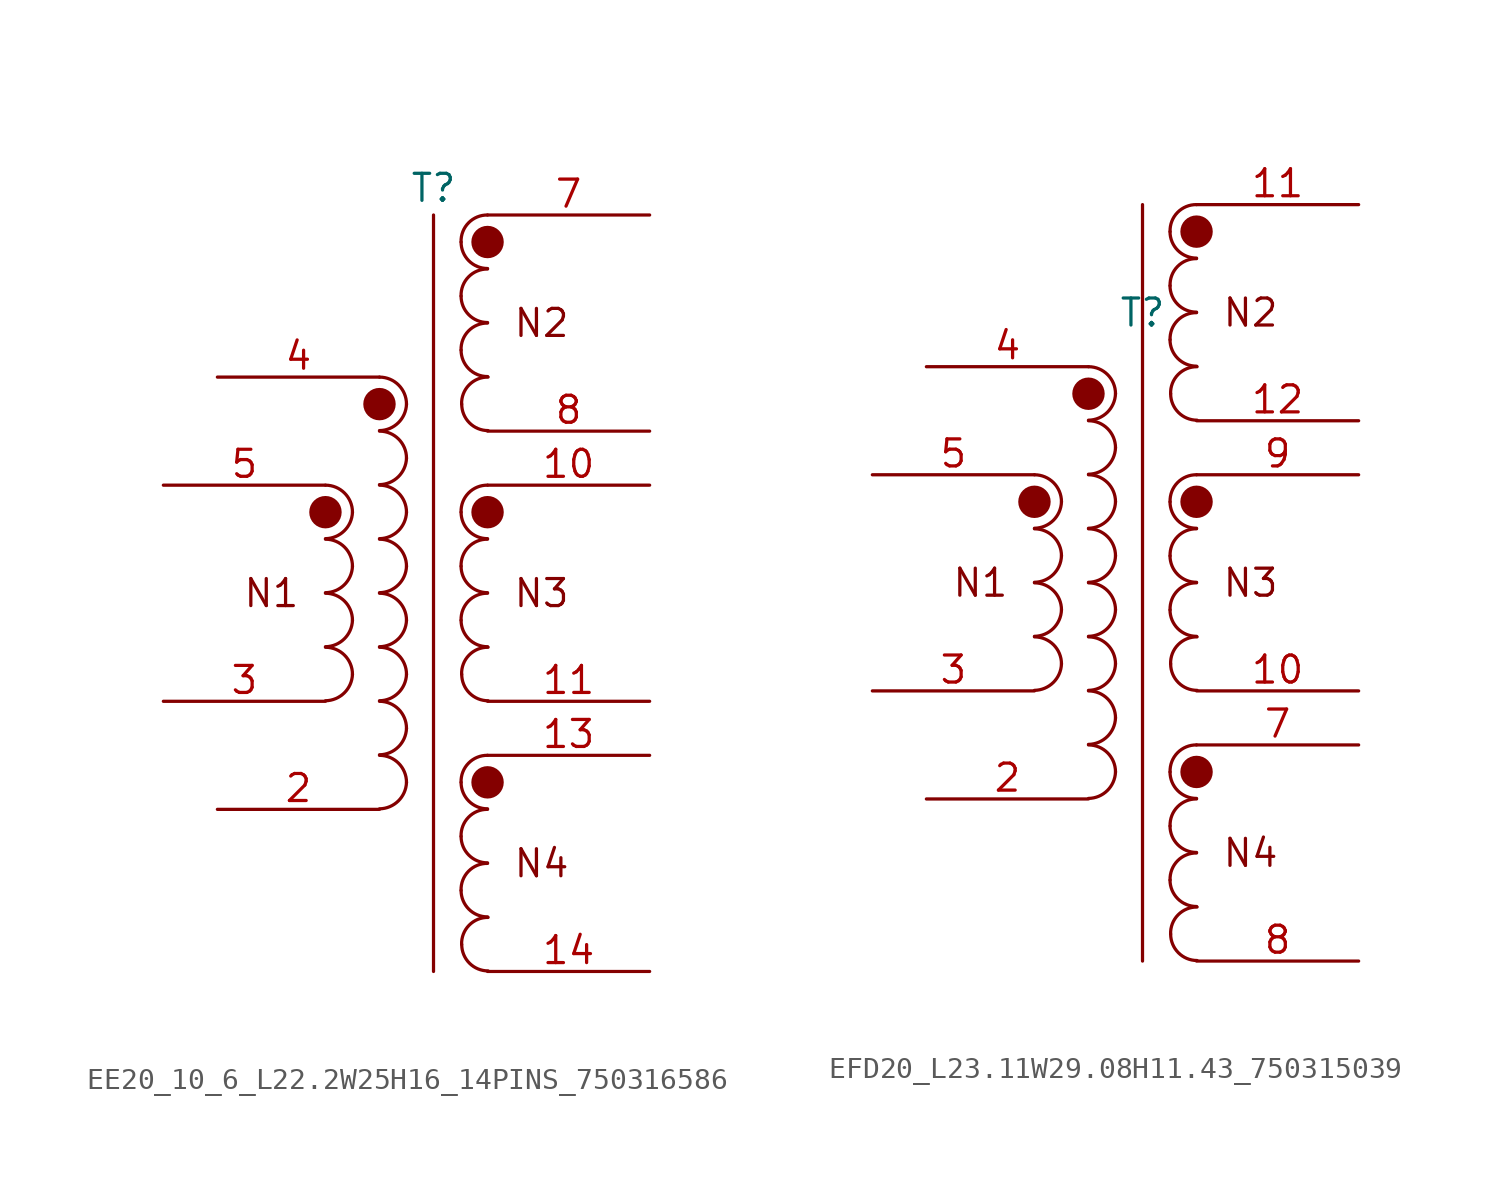
<source format=kicad_sym>
(kicad_symbol_lib
  (version 20220914)
  (generator kicad_symbol_editor)
  (symbol "EE20_10_6_L22.2W25H16_14PINS_750316586"
    (pin_names hide)
    (property "Reference" "T"
      (at 0 19.05 0)
      (effects (font (size 1.27 1.27))))
    (symbol "EE20_10_6_L22.2W25H16_14PINS_750316586_0_1"
      (arc (start -5.08 -5.0546) (mid -4.1961 -4.6863) (end -3.81 -3.81) (stroke (width 0) (type default)) (fill (type none)))
      (arc (start -5.08 -2.5146) (mid -4.1961 -2.1463) (end -3.81 -1.27) (stroke (width 0) (type default)) (fill (type none)))
      (arc (start -5.08 0.0254) (mid -4.1961 0.3937) (end -3.81 1.27) (stroke (width 0) (type default)) (fill (type none)))
      (arc (start -5.08 2.5654) (mid -4.1961 2.9337) (end -3.81 3.81) (stroke (width 0) (type default)) (fill (type none)))
      (arc (start -3.81 -3.81) (mid -4.182 -2.912) (end -5.08 -2.54) (stroke (width 0) (type default)) (fill (type none)))
      (arc (start -3.81 -1.27) (mid -4.182 -0.372) (end -5.08 0) (stroke (width 0) (type default)) (fill (type none)))
      (arc (start -3.81 1.27) (mid -4.182 2.168) (end -5.08 2.54) (stroke (width 0) (type default)) (fill (type none)))
      (arc (start -3.81 3.81) (mid -4.182 4.708) (end -5.08 5.08) (stroke (width 0) (type default)) (fill (type none)))
      (arc (start -2.54 -10.1346) (mid -1.6561 -9.7663) (end -1.27 -8.89) (stroke (width 0) (type default)) (fill (type none)))
      (arc (start -2.54 -7.5946) (mid -1.6561 -7.2263) (end -1.27 -6.35) (stroke (width 0) (type default)) (fill (type none)))
      (arc (start -2.54 -5.0546) (mid -1.6561 -4.6863) (end -1.27 -3.81) (stroke (width 0) (type default)) (fill (type none)))
      (arc (start -2.54 -2.5146) (mid -1.6561 -2.1463) (end -1.27 -1.27) (stroke (width 0) (type default)) (fill (type none)))
      (arc (start -2.54 0.0254) (mid -1.6561 0.3937) (end -1.27 1.27) (stroke (width 0) (type default)) (fill (type none)))
      (arc (start -2.54 2.5654) (mid -1.6561 2.9337) (end -1.27 3.81) (stroke (width 0) (type default)) (fill (type none)))
      (arc (start -2.54 5.1054) (mid -1.6561 5.4737) (end -1.27 6.35) (stroke (width 0) (type default)) (fill (type none)))
      (arc (start -2.54 7.6454) (mid -1.6561 8.0137) (end -1.27 8.89) (stroke (width 0) (type default)) (fill (type none)))
      (arc (start -1.27 -8.89) (mid -1.642 -7.992) (end -2.54 -7.62) (stroke (width 0) (type default)) (fill (type none)))
      (arc (start -1.27 -6.35) (mid -1.642 -5.452) (end -2.54 -5.08) (stroke (width 0) (type default)) (fill (type none)))
      (arc (start -1.27 -3.81) (mid -1.642 -2.912) (end -2.54 -2.54) (stroke (width 0) (type default)) (fill (type none)))
      (arc (start -1.27 -1.27) (mid -1.642 -0.372) (end -2.54 0) (stroke (width 0) (type default)) (fill (type none)))
      (arc (start -1.27 1.27) (mid -1.642 2.168) (end -2.54 2.54) (stroke (width 0) (type default)) (fill (type none)))
      (arc (start -1.27 3.81) (mid -1.642 4.708) (end -2.54 5.08) (stroke (width 0) (type default)) (fill (type none)))
      (arc (start -1.27 6.35) (mid -1.642 7.248) (end -2.54 7.62) (stroke (width 0) (type default)) (fill (type none)))
      (arc (start -1.27 8.89) (mid -1.642 9.788) (end -2.54 10.16) (stroke (width 0) (type default)) (fill (type none)))
      (polyline (pts (xy 0 17.78) (xy 0 -17.78)) (stroke (width 0) (type default)) (fill (type none)))
      (arc (start 1.2954 -13.97) (mid 1.6599 -14.8501) (end 2.54 -15.2146) (stroke (width 0) (type default)) (fill (type none)))
      (arc (start 1.2954 -11.43) (mid 1.6599 -12.3101) (end 2.54 -12.6746) (stroke (width 0) (type default)) (fill (type none)))
      (arc (start 1.2954 -8.89) (mid 1.6599 -9.7701) (end 2.54 -10.1346) (stroke (width 0) (type default)) (fill (type none)))
      (arc (start 1.2954 -1.27) (mid 1.6599 -2.1501) (end 2.54 -2.5146) (stroke (width 0) (type default)) (fill (type none)))
      (arc (start 1.2954 1.27) (mid 1.6599 0.3899) (end 2.54 0.0254) (stroke (width 0) (type default)) (fill (type none)))
      (arc (start 1.2954 3.81) (mid 1.6599 2.9299) (end 2.54 2.5654) (stroke (width 0) (type default)) (fill (type none)))
      (arc (start 1.2954 11.43) (mid 1.6599 10.5499) (end 2.54 10.1854) (stroke (width 0) (type default)) (fill (type none)))
      (arc (start 1.2954 13.97) (mid 1.6599 13.0899) (end 2.54 12.7254) (stroke (width 0) (type default)) (fill (type none)))
      (arc (start 1.2954 16.51) (mid 1.6599 15.6299) (end 2.54 15.2654) (stroke (width 0) (type default)) (fill (type none)))
      (arc (start 1.3208 -16.51) (mid 1.6854 -17.3899) (end 2.5654 -17.7546) (stroke (width 0) (type default)) (fill (type none)))
      (arc (start 1.3208 -3.81) (mid 1.6853 -4.6901) (end 2.5654 -5.0546) (stroke (width 0) (type default)) (fill (type none)))
      (arc (start 1.3208 8.89) (mid 1.6854 8.0101) (end 2.5654 7.6454) (stroke (width 0) (type default)) (fill (type none)))
      (arc (start 2.54 -12.7) (mid 1.6458 -13.0685) (end 1.2954 -13.97) (stroke (width 0) (type default)) (fill (type none)))
      (arc (start 2.54 -10.16) (mid 1.6458 -10.5285) (end 1.2954 -11.43) (stroke (width 0) (type default)) (fill (type none)))
      (arc (start 2.54 -7.62) (mid 1.6458 -7.9885) (end 1.2954 -8.89) (stroke (width 0) (type default)) (fill (type none)))
      (arc (start 2.54 0) (mid 1.642 -0.372) (end 1.2954 -1.27) (stroke (width 0) (type default)) (fill (type none)))
      (arc (start 2.54 2.54) (mid 1.642 2.168) (end 1.2954 1.27) (stroke (width 0) (type default)) (fill (type none)))
      (arc (start 2.54 5.08) (mid 1.642 4.708) (end 1.2954 3.81) (stroke (width 0) (type default)) (fill (type none)))
      (arc (start 2.54 12.7) (mid 1.6458 12.3315) (end 1.2954 11.43) (stroke (width 0) (type default)) (fill (type none)))
      (arc (start 2.54 15.24) (mid 1.6458 14.8715) (end 1.2954 13.97) (stroke (width 0) (type default)) (fill (type none)))
      (arc (start 2.54 17.78) (mid 1.6458 17.4115) (end 1.2954 16.51) (stroke (width 0) (type default)) (fill (type none)))
      (arc (start 2.5654 -15.24) (mid 1.6709 -15.6083) (end 1.3208 -16.51) (stroke (width 0) (type default)) (fill (type none)))
      (arc (start 2.5654 -2.54) (mid 1.6674 -2.912) (end 1.3208 -3.81) (stroke (width 0) (type default)) (fill (type none)))
      (arc (start 2.5654 10.16) (mid 1.6709 9.7917) (end 1.3208 8.89) (stroke (width 0) (type default)) (fill (type none))))
    (symbol "EE20_10_6_L22.2W25H16_14PINS_750316586_1_1"
      (circle (center -5.08 3.81) (radius 0.0001) (stroke (width 0.762) (type default)) (fill (type none)))
      (circle (center -2.54 8.89) (radius 0.0001) (stroke (width 0.762) (type default)) (fill (type none)))
      (circle (center 2.54 -8.89) (radius 0.0001) (stroke (width 0.762) (type default)) (fill (type none)))
      (circle (center 2.54 3.81) (radius 0.0001) (stroke (width 0.762) (type default)) (fill (type none)))
      (circle (center 2.54 16.51) (radius 0.0001) (stroke (width 0.762) (type default)) (fill (type none)))
      (text "N1" (at -7.62 0 0) (effects (font (size 1.27 1.27))))
      (text "N2" (at 5.08 12.7 0) (effects (font (size 1.27 1.27))))
      (text "N3" (at 5.08 0 0) (effects (font (size 1.27 1.27))))
      (text "N4" (at 5.08 -12.7 0) (effects (font (size 1.27 1.27))))
      (pin passive line (at 10.16 5.08 180) (length 7.62) (name "10" (effects (font (size 1.27 1.27)))) (number "10" (effects (font (size 1.27 1.27)))))
      (pin passive line (at 10.16 -5.08 180) (length 7.62) (name "11" (effects (font (size 1.27 1.27)))) (number "11" (effects (font (size 1.27 1.27)))))
      (pin passive line (at 10.16 -7.62 180) (length 7.62) (name "13" (effects (font (size 1.27 1.27)))) (number "13" (effects (font (size 1.27 1.27)))))
      (pin passive line (at 10.16 -17.78 180) (length 7.62) (name "14" (effects (font (size 1.27 1.27)))) (number "14" (effects (font (size 1.27 1.27)))))
      (pin passive line (at -10.16 -10.16 0) (length 7.62) (name "2" (effects (font (size 1.27 1.27)))) (number "2" (effects (font (size 1.27 1.27)))))
      (pin passive line (at -12.7 -5.08 0) (length 7.62) (name "3" (effects (font (size 1.27 1.27)))) (number "3" (effects (font (size 1.27 1.27)))))
      (pin passive line (at -10.16 10.16 0) (length 7.62) (name "4" (effects (font (size 1.27 1.27)))) (number "4" (effects (font (size 1.27 1.27)))))
      (pin passive line (at -12.7 5.08 0) (length 7.62) (name "5" (effects (font (size 1.27 1.27)))) (number "5" (effects (font (size 1.27 1.27)))))
      (pin passive line (at 10.16 17.78 180) (length 7.62) (name "7" (effects (font (size 1.27 1.27)))) (number "7" (effects (font (size 1.27 1.27)))))
      (pin passive line (at 10.16 7.62 180) (length 7.62) (name "8" (effects (font (size 1.27 1.27)))) (number "8" (effects (font (size 1.27 1.27)))))))
  (symbol "EFD20_L23.11W29.08H11.43_750315039"
    (pin_names hide)
    (property "Reference" "T"
      (at 0 12.7 0)
      (effects (font (size 1.27 1.27))))
    (symbol "EFD20_L23.11W29.08H11.43_750315039_0_1"
      (arc (start -5.08 -5.0546) (mid -4.1961 -4.6863) (end -3.81 -3.81) (stroke (width 0) (type default)) (fill (type none)))
      (arc (start -5.08 -2.5146) (mid -4.1961 -2.1463) (end -3.81 -1.27) (stroke (width 0) (type default)) (fill (type none)))
      (arc (start -5.08 0.0254) (mid -4.1961 0.3937) (end -3.81 1.27) (stroke (width 0) (type default)) (fill (type none)))
      (arc (start -5.08 2.5654) (mid -4.1961 2.9337) (end -3.81 3.81) (stroke (width 0) (type default)) (fill (type none)))
      (arc (start -3.81 -3.81) (mid -4.182 -2.912) (end -5.08 -2.54) (stroke (width 0) (type default)) (fill (type none)))
      (arc (start -3.81 -1.27) (mid -4.182 -0.372) (end -5.08 0) (stroke (width 0) (type default)) (fill (type none)))
      (arc (start -3.81 1.27) (mid -4.182 2.168) (end -5.08 2.54) (stroke (width 0) (type default)) (fill (type none)))
      (arc (start -3.81 3.81) (mid -4.182 4.708) (end -5.08 5.08) (stroke (width 0) (type default)) (fill (type none)))
      (arc (start -2.54 -10.1346) (mid -1.6561 -9.7663) (end -1.27 -8.89) (stroke (width 0) (type default)) (fill (type none)))
      (arc (start -2.54 -7.5946) (mid -1.6561 -7.2263) (end -1.27 -6.35) (stroke (width 0) (type default)) (fill (type none)))
      (arc (start -2.54 -5.0546) (mid -1.6561 -4.6863) (end -1.27 -3.81) (stroke (width 0) (type default)) (fill (type none)))
      (arc (start -2.54 -2.5146) (mid -1.6561 -2.1463) (end -1.27 -1.27) (stroke (width 0) (type default)) (fill (type none)))
      (arc (start -2.54 0.0254) (mid -1.6561 0.3937) (end -1.27 1.27) (stroke (width 0) (type default)) (fill (type none)))
      (arc (start -2.54 2.5654) (mid -1.6561 2.9337) (end -1.27 3.81) (stroke (width 0) (type default)) (fill (type none)))
      (arc (start -2.54 5.1054) (mid -1.6561 5.4737) (end -1.27 6.35) (stroke (width 0) (type default)) (fill (type none)))
      (arc (start -2.54 7.6454) (mid -1.6561 8.0137) (end -1.27 8.89) (stroke (width 0) (type default)) (fill (type none)))
      (arc (start -1.27 -8.89) (mid -1.642 -7.992) (end -2.54 -7.62) (stroke (width 0) (type default)) (fill (type none)))
      (arc (start -1.27 -6.35) (mid -1.642 -5.452) (end -2.54 -5.08) (stroke (width 0) (type default)) (fill (type none)))
      (arc (start -1.27 -3.81) (mid -1.642 -2.912) (end -2.54 -2.54) (stroke (width 0) (type default)) (fill (type none)))
      (arc (start -1.27 -1.27) (mid -1.642 -0.372) (end -2.54 0) (stroke (width 0) (type default)) (fill (type none)))
      (arc (start -1.27 1.27) (mid -1.642 2.168) (end -2.54 2.54) (stroke (width 0) (type default)) (fill (type none)))
      (arc (start -1.27 3.81) (mid -1.642 4.708) (end -2.54 5.08) (stroke (width 0) (type default)) (fill (type none)))
      (arc (start -1.27 6.35) (mid -1.642 7.248) (end -2.54 7.62) (stroke (width 0) (type default)) (fill (type none)))
      (arc (start -1.27 8.89) (mid -1.642 9.788) (end -2.54 10.16) (stroke (width 0) (type default)) (fill (type none)))
      (polyline (pts (xy 0 17.78) (xy 0 -17.78)) (stroke (width 0) (type default)) (fill (type none)))
      (arc (start 1.2954 -13.97) (mid 1.6599 -14.8501) (end 2.54 -15.2146) (stroke (width 0) (type default)) (fill (type none)))
      (arc (start 1.2954 -11.43) (mid 1.6599 -12.3101) (end 2.54 -12.6746) (stroke (width 0) (type default)) (fill (type none)))
      (arc (start 1.2954 -8.89) (mid 1.6599 -9.7701) (end 2.54 -10.1346) (stroke (width 0) (type default)) (fill (type none)))
      (arc (start 1.2954 -1.27) (mid 1.6599 -2.1501) (end 2.54 -2.5146) (stroke (width 0) (type default)) (fill (type none)))
      (arc (start 1.2954 1.27) (mid 1.6599 0.3899) (end 2.54 0.0254) (stroke (width 0) (type default)) (fill (type none)))
      (arc (start 1.2954 3.81) (mid 1.6599 2.9299) (end 2.54 2.5654) (stroke (width 0) (type default)) (fill (type none)))
      (arc (start 1.2954 11.43) (mid 1.6599 10.5499) (end 2.54 10.1854) (stroke (width 0) (type default)) (fill (type none)))
      (arc (start 1.2954 13.97) (mid 1.6599 13.0899) (end 2.54 12.7254) (stroke (width 0) (type default)) (fill (type none)))
      (arc (start 1.2954 16.51) (mid 1.6599 15.6299) (end 2.54 15.2654) (stroke (width 0) (type default)) (fill (type none)))
      (arc (start 1.3208 -16.51) (mid 1.6854 -17.3899) (end 2.5654 -17.7546) (stroke (width 0) (type default)) (fill (type none)))
      (arc (start 1.3208 -3.81) (mid 1.6853 -4.6901) (end 2.5654 -5.0546) (stroke (width 0) (type default)) (fill (type none)))
      (arc (start 1.3208 8.89) (mid 1.6854 8.0101) (end 2.5654 7.6454) (stroke (width 0) (type default)) (fill (type none)))
      (arc (start 2.54 -12.7) (mid 1.6458 -13.0685) (end 1.2954 -13.97) (stroke (width 0) (type default)) (fill (type none)))
      (arc (start 2.54 -10.16) (mid 1.6458 -10.5285) (end 1.2954 -11.43) (stroke (width 0) (type default)) (fill (type none)))
      (arc (start 2.54 -7.62) (mid 1.6458 -7.9885) (end 1.2954 -8.89) (stroke (width 0) (type default)) (fill (type none)))
      (arc (start 2.54 0) (mid 1.642 -0.372) (end 1.2954 -1.27) (stroke (width 0) (type default)) (fill (type none)))
      (arc (start 2.54 2.54) (mid 1.642 2.168) (end 1.2954 1.27) (stroke (width 0) (type default)) (fill (type none)))
      (arc (start 2.54 5.08) (mid 1.642 4.708) (end 1.2954 3.81) (stroke (width 0) (type default)) (fill (type none)))
      (arc (start 2.54 12.7) (mid 1.6458 12.3315) (end 1.2954 11.43) (stroke (width 0) (type default)) (fill (type none)))
      (arc (start 2.54 15.24) (mid 1.6458 14.8715) (end 1.2954 13.97) (stroke (width 0) (type default)) (fill (type none)))
      (arc (start 2.54 17.78) (mid 1.6458 17.4115) (end 1.2954 16.51) (stroke (width 0) (type default)) (fill (type none)))
      (arc (start 2.5654 -15.24) (mid 1.6709 -15.6083) (end 1.3208 -16.51) (stroke (width 0) (type default)) (fill (type none)))
      (arc (start 2.5654 -2.54) (mid 1.6674 -2.912) (end 1.3208 -3.81) (stroke (width 0) (type default)) (fill (type none)))
      (arc (start 2.5654 10.16) (mid 1.6709 9.7917) (end 1.3208 8.89) (stroke (width 0) (type default)) (fill (type none))))
    (symbol "EFD20_L23.11W29.08H11.43_750315039_1_1"
      (circle (center -5.08 3.81) (radius 0.0001) (stroke (width 0.762) (type default)) (fill (type none)))
      (circle (center -2.54 8.89) (radius 0.0001) (stroke (width 0.762) (type default)) (fill (type none)))
      (circle (center 2.54 -8.89) (radius 0.0001) (stroke (width 0.762) (type default)) (fill (type none)))
      (circle (center 2.54 3.81) (radius 0.0001) (stroke (width 0.762) (type default)) (fill (type none)))
      (circle (center 2.54 16.51) (radius 0.0001) (stroke (width 0.762) (type default)) (fill (type none)))
      (text "N1" (at -7.62 0 0) (effects (font (size 1.27 1.27))))
      (text "N2" (at 5.08 12.7 0) (effects (font (size 1.27 1.27))))
      (text "N3" (at 5.08 0 0) (effects (font (size 1.27 1.27))))
      (text "N4" (at 5.08 -12.7 0) (effects (font (size 1.27 1.27))))
      (pin passive line (at 10.16 -5.08 180) (length 7.62) (name "10" (effects (font (size 1.27 1.27)))) (number "10" (effects (font (size 1.27 1.27)))))
      (pin passive line (at 10.16 17.78 180) (length 7.62) (name "11" (effects (font (size 1.27 1.27)))) (number "11" (effects (font (size 1.27 1.27)))))
      (pin passive line (at 10.16 7.62 180) (length 7.62) (name "12" (effects (font (size 1.27 1.27)))) (number "12" (effects (font (size 1.27 1.27)))))
      (pin passive line (at -10.16 -10.16 0) (length 7.62) (name "2" (effects (font (size 1.27 1.27)))) (number "2" (effects (font (size 1.27 1.27)))))
      (pin passive line (at -12.7 -5.08 0) (length 7.62) (name "3" (effects (font (size 1.27 1.27)))) (number "3" (effects (font (size 1.27 1.27)))))
      (pin passive line (at -10.16 10.16 0) (length 7.62) (name "4" (effects (font (size 1.27 1.27)))) (number "4" (effects (font (size 1.27 1.27)))))
      (pin passive line (at -12.7 5.08 0) (length 7.62) (name "5" (effects (font (size 1.27 1.27)))) (number "5" (effects (font (size 1.27 1.27)))))
      (pin passive line (at 10.16 -7.62 180) (length 7.62) (name "7" (effects (font (size 1.27 1.27)))) (number "7" (effects (font (size 1.27 1.27)))))
      (pin passive line (at 10.16 -17.78 180) (length 7.62) (name "8" (effects (font (size 1.27 1.27)))) (number "8" (effects (font (size 1.27 1.27)))))
      (pin passive line (at 10.16 5.08 180) (length 7.62) (name "9" (effects (font (size 1.27 1.27)))) (number "9" (effects (font (size 1.27 1.27))))))))
</source>
